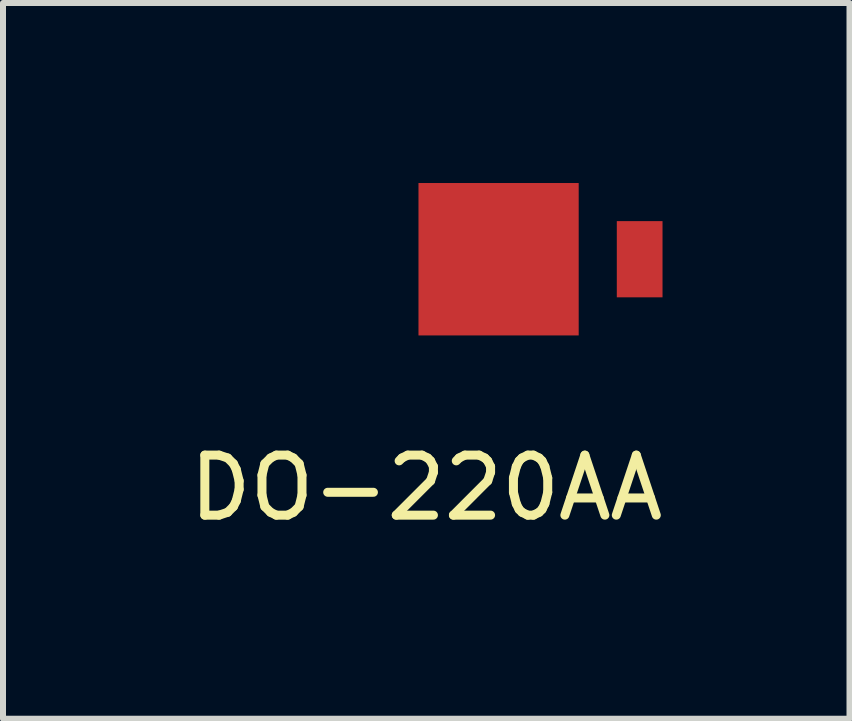
<source format=kicad_pcb>
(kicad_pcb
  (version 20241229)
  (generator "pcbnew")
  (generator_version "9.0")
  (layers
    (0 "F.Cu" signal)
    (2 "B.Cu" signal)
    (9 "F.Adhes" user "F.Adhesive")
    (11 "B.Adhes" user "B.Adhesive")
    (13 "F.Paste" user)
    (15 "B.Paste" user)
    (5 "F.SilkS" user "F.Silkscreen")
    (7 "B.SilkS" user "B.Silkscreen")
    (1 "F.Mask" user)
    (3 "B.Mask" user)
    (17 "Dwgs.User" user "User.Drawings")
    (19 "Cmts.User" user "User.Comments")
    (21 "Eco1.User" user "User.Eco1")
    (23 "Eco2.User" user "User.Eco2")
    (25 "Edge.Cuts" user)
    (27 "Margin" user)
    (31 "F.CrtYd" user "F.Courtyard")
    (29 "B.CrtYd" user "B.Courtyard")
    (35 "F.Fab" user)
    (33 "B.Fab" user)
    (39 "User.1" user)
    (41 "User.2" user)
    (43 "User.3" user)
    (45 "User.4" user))
  (footprint "DO-220AA"
    (layer "F.Cu")
    (at 6.594 1.27)
    (property "Reference" "DO-220AA" (at -2.54 3.81 0) (layer "F.SilkS") (effects (font (size 1 1) (thickness 0.15))))
    (attr through_hole)
    (pad "1" smd rect (at -1.335 0) (size 2.67 2.54) (layers "F.Cu" "F.Mask" "F.Paste"))
    (pad "2" smd rect (at 1.016 0) (size 0.762 1.27) (layers "F.Cu" "F.Mask" "F.Paste")))
  (gr_rect
    (start -3 -3)
    (end 11.107 8.928)
    (stroke (width 0.1) (type default))
    (fill no)
    (layer "Edge.Cuts")))
</source>
